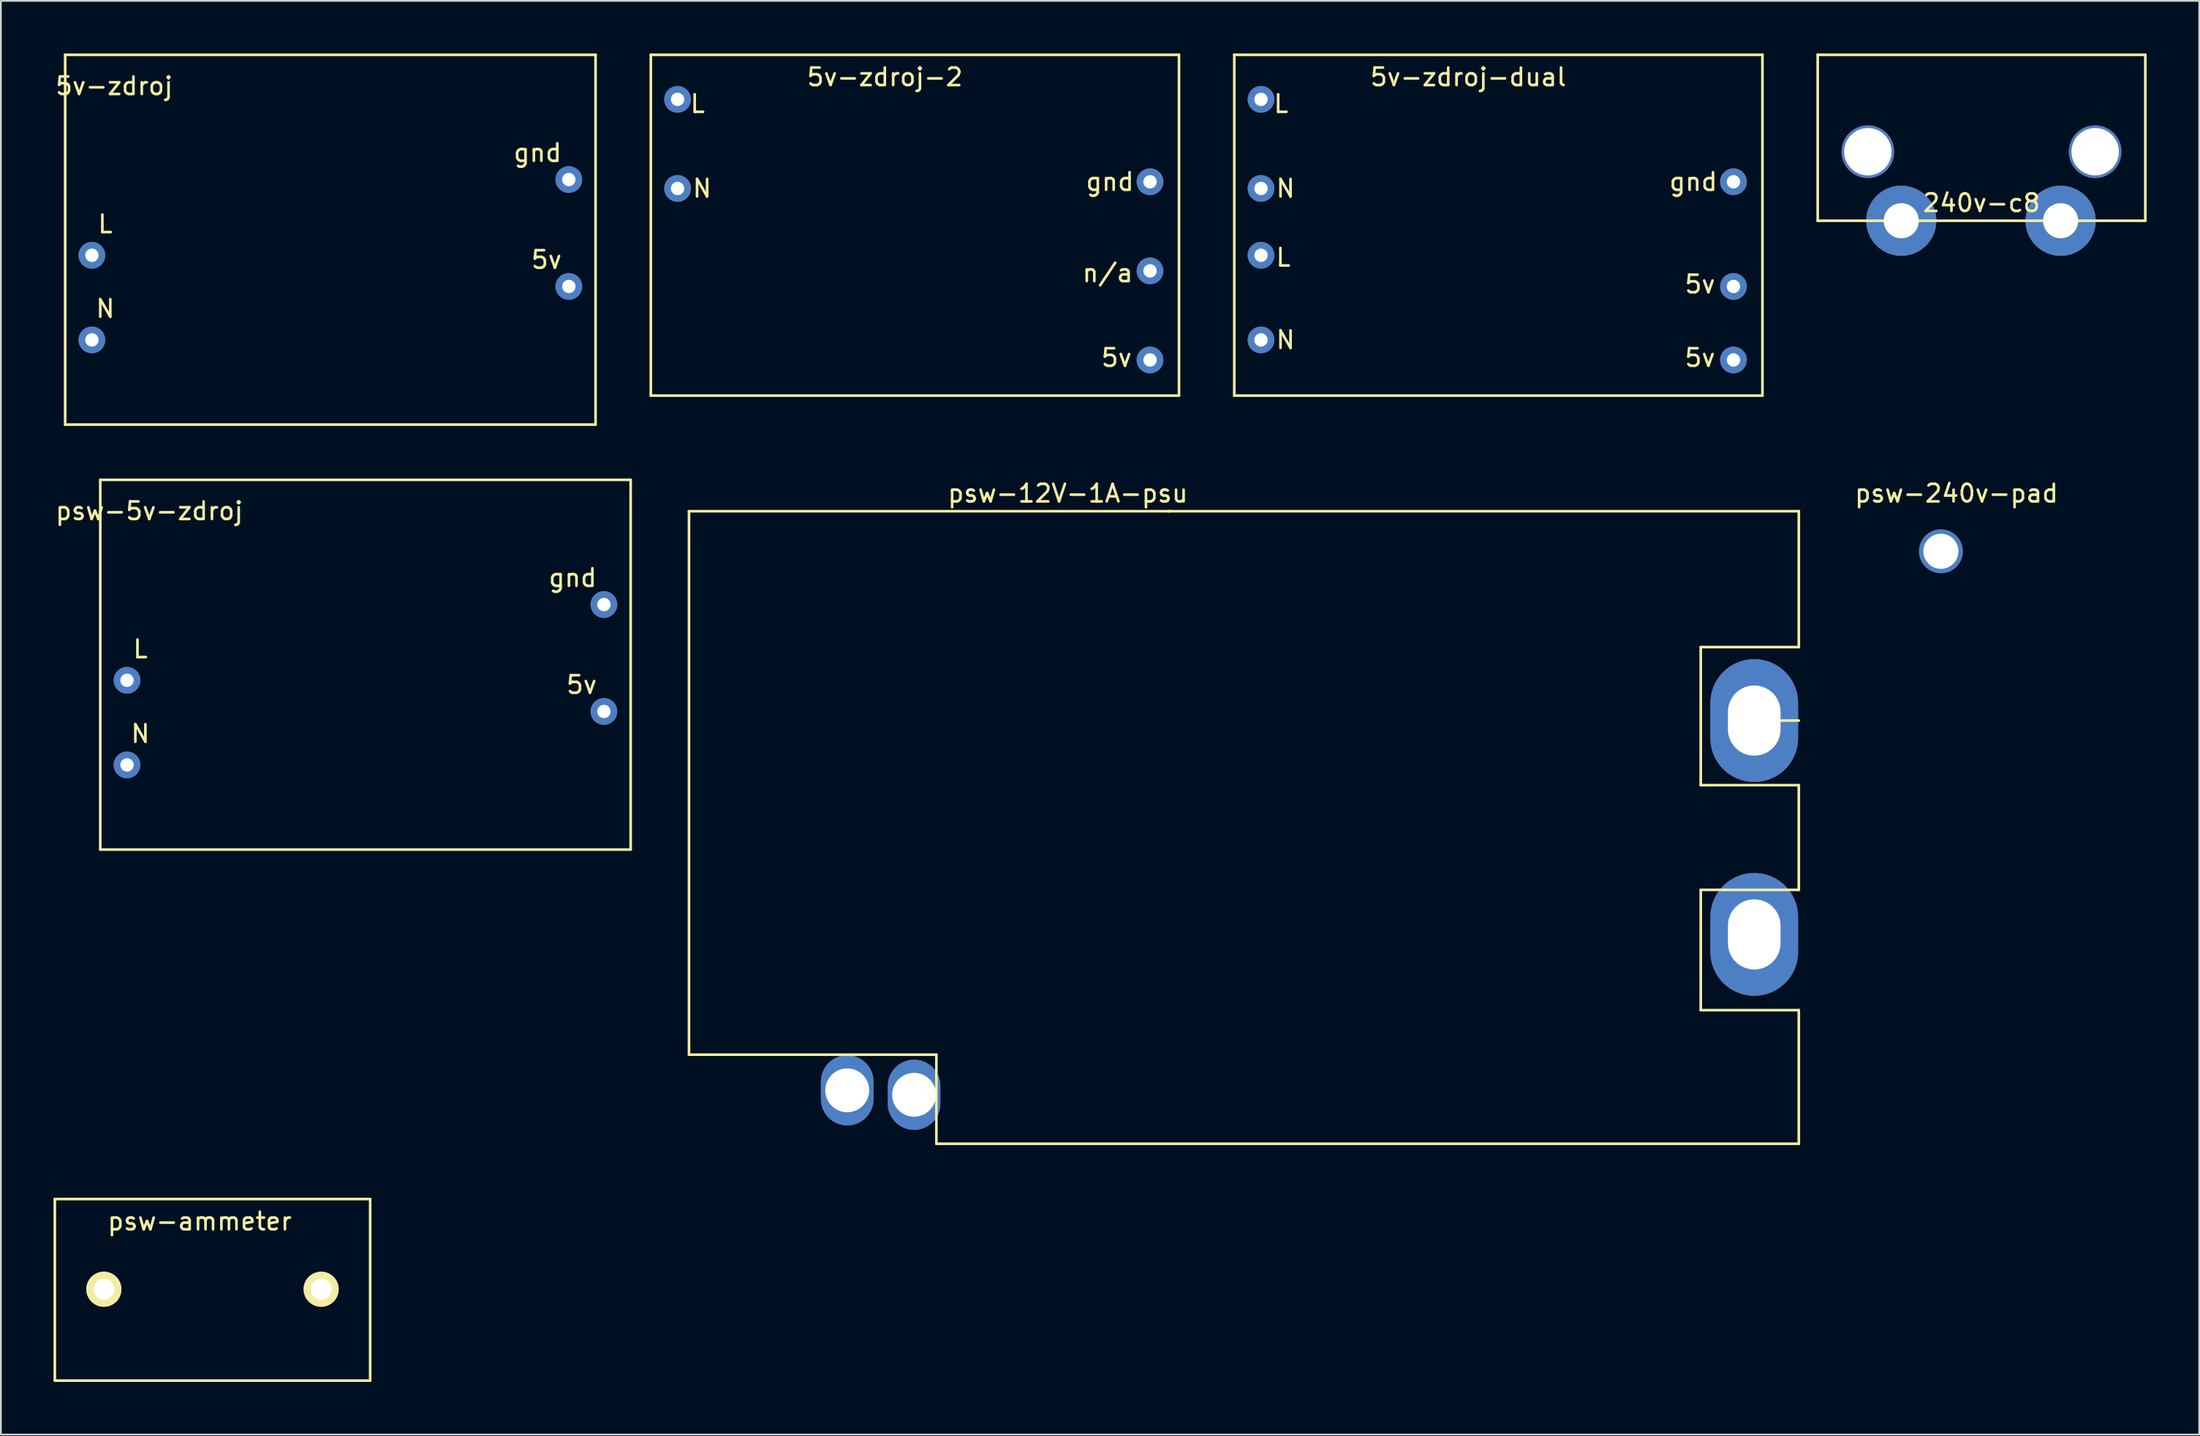
<source format=kicad_pcb>
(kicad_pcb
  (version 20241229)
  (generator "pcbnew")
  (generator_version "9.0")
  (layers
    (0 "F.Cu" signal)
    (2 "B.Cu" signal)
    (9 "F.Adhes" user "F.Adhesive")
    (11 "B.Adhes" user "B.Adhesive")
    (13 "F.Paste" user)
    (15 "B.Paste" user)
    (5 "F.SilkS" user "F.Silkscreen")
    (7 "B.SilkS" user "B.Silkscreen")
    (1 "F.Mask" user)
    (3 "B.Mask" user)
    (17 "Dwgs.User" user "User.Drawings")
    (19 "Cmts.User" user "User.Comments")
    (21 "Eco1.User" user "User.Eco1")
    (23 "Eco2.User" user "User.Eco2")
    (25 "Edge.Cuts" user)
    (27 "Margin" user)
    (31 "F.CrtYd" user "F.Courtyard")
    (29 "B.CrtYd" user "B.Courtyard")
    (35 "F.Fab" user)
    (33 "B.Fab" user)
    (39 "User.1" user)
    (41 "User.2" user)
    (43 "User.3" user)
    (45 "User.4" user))
  (footprint "5v-zdroj-dual"
    (layer "F.Cu")
    (at 76.052 3.377)
    (property "Reference" "5v-zdroj-dual" (at 4.572 -2.032 0) (layer "F.SilkS") (effects (font (size 1 1) (thickness 0.15))))
    (attr through_hole)
    (fp_line (start -8.763 -3.302) (end 21.336 -3.302) (stroke (width 0.15) (type solid)) (layer "F.SilkS"))
    (fp_line (start -8.763 16.129) (end -8.763 -3.302) (stroke (width 0.15) (type solid)) (layer "F.SilkS"))
    (fp_line (start 21.336 -3.302) (end 21.336 16.129) (stroke (width 0.15) (type solid)) (layer "F.SilkS"))
    (fp_line (start 21.336 16.129) (end -8.763 16.129) (stroke (width 0.15) (type solid)) (layer "F.SilkS"))
    (fp_text user "gnd" (at 17.399 3.937 0) (layer "F.SilkS") (effects (font (size 1 1) (thickness 0.15))))
    (fp_text user "5v" (at 17.78 13.97 0) (layer "F.SilkS") (effects (font (size 1 1) (thickness 0.15))))
    (fp_text user "5v" (at 17.78 9.779 0) (layer "F.SilkS") (effects (font (size 1 1) (thickness 0.15))))
    (fp_text user "N" (at -5.842 12.954 0) (layer "F.SilkS") (effects (font (size 1 1) (thickness 0.15))))
    (fp_text user "L" (at -6.096 -0.508 0) (layer "F.SilkS") (effects (font (size 1 1) (thickness 0.15))))
    (fp_text user "L" (at -5.969 8.255 0) (layer "F.SilkS") (effects (font (size 1 1) (thickness 0.15))))
    (fp_text user "N" (at -5.842 4.318 0) (layer "F.SilkS") (effects (font (size 1 1) (thickness 0.15))))
    (pad "1" thru_hole circle (at -7.239 -0.762) (size 1.524 1.524) (drill 0.762) (layers "*.Cu" "*.Mask"))
    (pad "1" thru_hole circle (at -7.239 8.128) (size 1.524 1.524) (drill 0.762) (layers "*.Cu" "*.Mask"))
    (pad "2" thru_hole circle (at -7.239 4.318) (size 1.524 1.524) (drill 0.762) (layers "*.Cu" "*.Mask"))
    (pad "2" thru_hole circle (at -7.239 12.954) (size 1.524 1.524) (drill 0.762) (layers "*.Cu" "*.Mask"))
    (pad "3" thru_hole circle (at 19.685 9.906) (size 1.524 1.524) (drill 0.762) (layers "*.Cu" "*.Mask"))
    (pad "3" thru_hole circle (at 19.685 14.097) (size 1.524 1.524) (drill 0.762) (layers "*.Cu" "*.Mask"))
    (pad "4" thru_hole circle (at 19.685 3.937) (size 1.524 1.524) (drill 0.762) (layers "*.Cu" "*.Mask")))
  (footprint "5v-zdroj-2"
    (layer "F.Cu")
    (at 42.803 3.377)
    (property "Reference" "5v-zdroj-2" (at 4.572 -2.032 0) (layer "F.SilkS") (effects (font (size 1 1) (thickness 0.15))))
    (attr through_hole)
    (fp_line (start -8.763 -3.302) (end 21.336 -3.302) (stroke (width 0.15) (type solid)) (layer "F.SilkS"))
    (fp_line (start -8.763 16.129) (end -8.763 -3.302) (stroke (width 0.15) (type solid)) (layer "F.SilkS"))
    (fp_line (start 21.336 -3.302) (end 21.336 16.129) (stroke (width 0.15) (type solid)) (layer "F.SilkS"))
    (fp_line (start 21.336 16.129) (end -8.763 16.129) (stroke (width 0.15) (type solid)) (layer "F.SilkS"))
    (fp_text user "gnd" (at 17.399 3.937 0) (layer "F.SilkS") (effects (font (size 1 1) (thickness 0.15))))
    (fp_text user "N" (at -5.842 4.318 0) (layer "F.SilkS") (effects (font (size 1 1) (thickness 0.15))))
    (fp_text user "n/a" (at 17.272 9.144 0) (layer "F.SilkS") (effects (font (size 1 1) (thickness 0.15))))
    (fp_text user "L" (at -6.096 -0.508 0) (layer "F.SilkS") (effects (font (size 1 1) (thickness 0.15))))
    (fp_text user "5v" (at 17.78 13.97 0) (layer "F.SilkS") (effects (font (size 1 1) (thickness 0.15))))
    (pad "1" thru_hole circle (at -7.239 -0.762) (size 1.524 1.524) (drill 0.762) (layers "*.Cu" "*.Mask"))
    (pad "2" thru_hole circle (at -7.239 4.318) (size 1.524 1.524) (drill 0.762) (layers "*.Cu" "*.Mask"))
    (pad "3" thru_hole circle (at 19.685 14.097) (size 1.524 1.524) (drill 0.762) (layers "*.Cu" "*.Mask"))
    (pad "4" thru_hole circle (at 19.685 3.937) (size 1.524 1.524) (drill 0.762) (layers "*.Cu" "*.Mask"))
    (pad "5" thru_hole circle (at 19.685 9.017) (size 1.524 1.524) (drill 0.762) (layers "*.Cu" "*.Mask")))
  (footprint "240v-c8"
    (layer "F.Cu")
    (at 109.873 3.631)
    (property "Reference" "240v-c8" (at 0 4.889 0) (layer "F.SilkS") (effects (font (size 1 1) (thickness 0.15))))
    (attr through_hole)
    (fp_line (start -9.335 -3.556) (end 9.335 -3.556) (stroke (width 0.15) (type solid)) (layer "F.SilkS"))
    (fp_line (start -9.335 5.905) (end -9.335 -3.556) (stroke (width 0.15) (type solid)) (layer "F.SilkS"))
    (fp_line (start 9.335 -3.556) (end 9.335 5.905) (stroke (width 0.15) (type solid)) (layer "F.SilkS"))
    (fp_line (start 9.335 5.905) (end -9.335 5.905) (stroke (width 0.15) (type solid)) (layer "F.SilkS"))
    (pad "" thru_hole circle (at -6.477 1.968) (size 3 3) (drill 2.7) (layers "*.Cu" "*.Mask"))
    (pad "" thru_hole circle (at 6.477 1.968) (size 3 3) (drill 2.7) (layers "*.Cu" "*.Mask"))
    (pad "1" thru_hole circle (at -4.572 5.905) (size 4 4) (drill 2) (layers "*.Cu" "*.Mask"))
    (pad "2" thru_hole circle (at 4.508 5.905) (size 4 4) (drill 2) (layers "*.Cu" "*.Mask")))
  (footprint "psw-12V-1A-psu"
    (layer "F.Cu")
    (at 36.215 26.096)
    (property "Reference" "psw-12V-1A-psu" (at 21.59 -1.016 0) (layer "F.SilkS") (effects (font (size 1 1) (thickness 0.15))))
    (attr through_hole)
    (fp_line (start 0 0) (end 63.246 0) (stroke (width 0.15) (type solid)) (layer "F.SilkS"))
    (fp_line (start 0 30.988) (end 0 0) (stroke (width 0.15) (type solid)) (layer "F.SilkS"))
    (fp_line (start 14.097 30.988) (end 0 30.988) (stroke (width 0.15) (type solid)) (layer "F.SilkS"))
    (fp_line (start 14.097 30.988) (end 14.097 36.068) (stroke (width 0.15) (type solid)) (layer "F.SilkS"))
    (fp_line (start 14.097 36.068) (end 63.246 36.068) (stroke (width 0.15) (type solid)) (layer "F.SilkS"))
    (fp_line (start 27.28 0) (end 27.432 0) (stroke (width 0.15) (type solid)) (layer "F.SilkS"))
    (fp_line (start 57.658 7.747) (end 63.246 7.747) (stroke (width 0.15) (type solid)) (layer "F.SilkS"))
    (fp_line (start 57.658 15.621) (end 57.658 7.747) (stroke (width 0.15) (type solid)) (layer "F.SilkS"))
    (fp_line (start 57.658 15.621) (end 63.246 15.621) (stroke (width 0.15) (type solid)) (layer "F.SilkS"))
    (fp_line (start 57.658 21.59) (end 63.246 21.59) (stroke (width 0.15) (type solid)) (layer "F.SilkS"))
    (fp_line (start 57.658 28.448) (end 57.658 21.59) (stroke (width 0.15) (type solid)) (layer "F.SilkS"))
    (fp_line (start 57.658 28.448) (end 63.246 28.448) (stroke (width 0.15) (type solid)) (layer "F.SilkS"))
    (fp_line (start 63.246 7.747) (end 63.246 0) (stroke (width 0.15) (type solid)) (layer "F.SilkS"))
    (fp_line (start 63.246 11.938) (end 60.706 11.938) (stroke (width 0.15) (type solid)) (layer "F.SilkS"))
    (fp_line (start 63.246 15.621) (end 63.246 21.59) (stroke (width 0.15) (type solid)) (layer "F.SilkS"))
    (fp_line (start 63.246 28.448) (end 63.246 36.068) (stroke (width 0.15) (type solid)) (layer "F.SilkS"))
    (pad "1" thru_hole oval (at 60.706 11.938) (size 5 7) (drill oval 3 4) (layers "*.Cu" "*.Mask"))
    (pad "2" thru_hole oval (at 60.706 24.13) (size 5 7) (drill oval 3 4) (layers "*.Cu" "*.Mask"))
    (pad "3" thru_hole oval (at 9.017 33.02) (size 3 4) (drill 2.5) (layers "*.Cu" "*.Mask"))
    (pad "4" thru_hole oval (at 12.827 33.274) (size 3 4) (drill 2.5) (layers "*.Cu" "*.Mask")))
  (footprint "psw-ammeter"
    (layer "F.Cu")
    (at 7.568 68.997)
    (property "Reference" "psw-ammeter" (at 0.762 -2.413 0) (layer "F.SilkS") (effects (font (size 1 1) (thickness 0.15))))
    (attr through_hole)
    (fp_line (start -7.493 -3.683) (end 10.477 -3.683) (stroke (width 0.15) (type solid)) (layer "F.SilkS"))
    (fp_line (start -7.493 6.668) (end -7.493 -3.683) (stroke (width 0.15) (type solid)) (layer "F.SilkS"))
    (fp_line (start 10.477 -3.683) (end 10.477 6.668) (stroke (width 0.15) (type solid)) (layer "F.SilkS"))
    (fp_line (start 10.477 6.668) (end -7.493 6.668) (stroke (width 0.15) (type solid)) (layer "F.SilkS"))
    (pad "1" thru_hole circle (at -4.699 1.46) (size 2 2) (drill 1.2) (layers "*.Cu" "*.Mask" "F.SilkS"))
    (pad "2" thru_hole circle (at 7.684 1.46) (size 2 2) (drill 1.2) (layers "*.Cu" "*.Mask" "F.SilkS")))
  (footprint "psw-5v-zdroj"
    (layer "F.Cu")
    (at 11.3 29.387)
    (property "Reference" "psw-5v-zdroj" (at -5.842 -3.302 0) (layer "F.SilkS") (effects (font (size 1 1) (thickness 0.15))))
    (attr through_hole)
    (fp_line (start -8.636 -5.08) (end -8.636 16.002) (stroke (width 0.15) (type solid)) (layer "F.SilkS"))
    (fp_line (start -8.636 16.002) (end 21.59 16.002) (stroke (width 0.15) (type solid)) (layer "F.SilkS"))
    (fp_line (start 21.59 -5.08) (end -8.636 -5.08) (stroke (width 0.15) (type solid)) (layer "F.SilkS"))
    (fp_line (start 21.59 16.002) (end 21.59 -5.08) (stroke (width 0.15) (type solid)) (layer "F.SilkS"))
    (fp_text user "L" (at -6.35 4.572 0) (layer "F.SilkS") (effects (font (size 1 1) (thickness 0.15))))
    (fp_text user "5v" (at 18.796 6.604 0) (layer "F.SilkS") (effects (font (size 1 1) (thickness 0.15))))
    (fp_text user "gnd" (at 18.288 0.508 0) (layer "F.SilkS") (effects (font (size 1 1) (thickness 0.15))))
    (fp_text user "N" (at -6.35 9.398 0) (layer "F.SilkS") (effects (font (size 1 1) (thickness 0.15))))
    (pad "1" thru_hole circle (at -7.112 6.35) (size 1.524 1.524) (drill 0.762) (layers "*.Cu" "*.Mask"))
    (pad "2" thru_hole circle (at -7.112 11.176) (size 1.524 1.524) (drill 0.762) (layers "*.Cu" "*.Mask"))
    (pad "3" thru_hole circle (at 20.066 8.128) (size 1.524 1.524) (drill 0.762) (layers "*.Cu" "*.Mask"))
    (pad "4" thru_hole circle (at 20.066 2.032) (size 1.524 1.524) (drill 0.762) (layers "*.Cu" "*.Mask")))
  (footprint "psw-240v-pad"
    (layer "F.Cu")
    (at 107.558 28.382)
    (property "Reference" "psw-240v-pad" (at 0.889 -3.302 0) (layer "F.SilkS") (effects (font (size 1 1) (thickness 0.15))))
    (attr through_hole)
    (pad "1" thru_hole circle (at 0 0) (size 2.499 2.499) (drill 2) (layers "*.Cu" "*.Mask")))
  (footprint "5v-zdroj"
    (layer "F.Cu")
    (at 9.3 5.155)
    (property "Reference" "5v-zdroj" (at -5.842 -3.302 0) (layer "F.SilkS") (effects (font (size 1 1) (thickness 0.15))))
    (attr through_hole)
    (fp_line (start -8.636 -5.08) (end -8.636 16.002) (stroke (width 0.15) (type solid)) (layer "F.SilkS"))
    (fp_line (start -8.636 16.002) (end 21.59 16.002) (stroke (width 0.15) (type solid)) (layer "F.SilkS"))
    (fp_line (start 21.59 -5.08) (end -8.636 -5.08) (stroke (width 0.15) (type solid)) (layer "F.SilkS"))
    (fp_line (start 21.59 16.002) (end 21.59 -5.08) (stroke (width 0.15) (type solid)) (layer "F.SilkS"))
    (fp_text user "N" (at -6.35 9.398 0) (layer "F.SilkS") (effects (font (size 1 1) (thickness 0.15))))
    (fp_text user "L" (at -6.35 4.572 0) (layer "F.SilkS") (effects (font (size 1 1) (thickness 0.15))))
    (fp_text user "gnd" (at 18.288 0.508 0) (layer "F.SilkS") (effects (font (size 1 1) (thickness 0.15))))
    (fp_text user "5v" (at 18.796 6.604 0) (layer "F.SilkS") (effects (font (size 1 1) (thickness 0.15))))
    (pad "1" thru_hole circle (at -7.112 6.35) (size 1.524 1.524) (drill 0.762) (layers "*.Cu" "*.Mask"))
    (pad "2" thru_hole circle (at -7.112 11.176) (size 1.524 1.524) (drill 0.762) (layers "*.Cu" "*.Mask"))
    (pad "3" thru_hole circle (at 20.066 8.128) (size 1.524 1.524) (drill 0.762) (layers "*.Cu" "*.Mask"))
    (pad "4" thru_hole circle (at 20.066 2.032) (size 1.524 1.524) (drill 0.762) (layers "*.Cu" "*.Mask")))
  (gr_rect
    (start -3 -3)
    (end 122.282 78.74)
    (stroke (width 0.1) (type default))
    (fill no)
    (layer "Edge.Cuts")))
</source>
